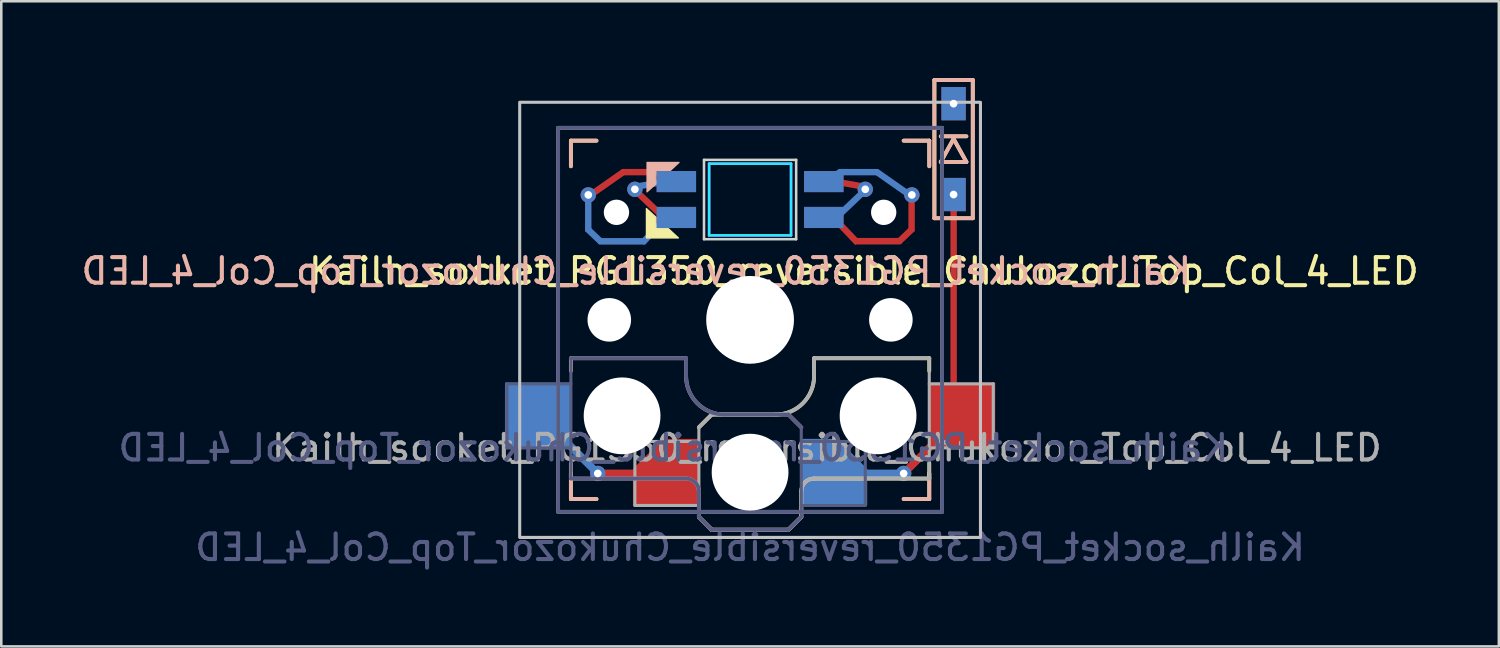
<source format=kicad_pcb>
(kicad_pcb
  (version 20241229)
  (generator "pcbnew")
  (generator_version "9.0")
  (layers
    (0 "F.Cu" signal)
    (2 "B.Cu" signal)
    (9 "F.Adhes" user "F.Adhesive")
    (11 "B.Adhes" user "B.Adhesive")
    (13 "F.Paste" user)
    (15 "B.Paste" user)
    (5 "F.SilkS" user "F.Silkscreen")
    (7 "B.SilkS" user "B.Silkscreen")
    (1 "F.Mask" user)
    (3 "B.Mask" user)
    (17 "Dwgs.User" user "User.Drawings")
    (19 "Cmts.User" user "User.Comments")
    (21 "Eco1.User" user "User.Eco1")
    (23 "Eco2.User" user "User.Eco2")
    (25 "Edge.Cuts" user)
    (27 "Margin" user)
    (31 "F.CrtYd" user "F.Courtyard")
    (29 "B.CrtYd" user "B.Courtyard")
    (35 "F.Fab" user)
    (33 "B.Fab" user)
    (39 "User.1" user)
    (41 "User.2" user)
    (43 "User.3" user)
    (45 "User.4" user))
  (footprint "Kailh_socket_PG1350_reversible_Chukozor_Top_Col_4_LED"
    (layer "F.Cu")
    (at 26.252 9.445)
    (property "Reference" "Kailh_socket_PG1350_reversible_Chukozor_Top_Col_4_LED" (at 4.445 -1.905 0) (layer "F.SilkS") (effects (font (size 1 1) (thickness 0.16))))
    (property "Value" "Kailh_socket_PG1350_reversible_Chukozor_Top_Col_4_LED" (at 0 8.89 0) (layer "F.Fab") (hide yes) (effects (font (size 1 1) (thickness 0.16))))
    (attr smd)
    (fp_line (start -7 -7) (end -6 -7) (stroke (width 0.15) (type solid)) (layer "F.SilkS"))
    (fp_line (start -7 -6) (end -7 -7) (stroke (width 0.15) (type solid)) (layer "F.SilkS"))
    (fp_line (start -7 7) (end -7 6) (stroke (width 0.15) (type solid)) (layer "F.SilkS"))
    (fp_line (start -6 7) (end -7 7) (stroke (width 0.15) (type solid)) (layer "F.SilkS"))
    (fp_line (start -2 4.2) (end -1.5 3.7) (stroke (width 0.15) (type solid)) (layer "F.SilkS"))
    (fp_line (start -2 7.7) (end -1.5 8.2) (stroke (width 0.15) (type solid)) (layer "F.SilkS"))
    (fp_line (start -1.5 3.7) (end 1 3.7) (stroke (width 0.15) (type solid)) (layer "F.SilkS"))
    (fp_line (start -1.5 8.2) (end 1.5 8.2) (stroke (width 0.15) (type solid)) (layer "F.SilkS"))
    (fp_line (start 1.5 8.2) (end 2 7.7) (stroke (width 0.15) (type solid)) (layer "F.SilkS"))
    (fp_line (start 2 6.7) (end 2 7.7) (stroke (width 0.15) (type solid)) (layer "F.SilkS"))
    (fp_line (start 2.5 1.5) (end 7 1.5) (stroke (width 0.15) (type solid)) (layer "F.SilkS"))
    (fp_line (start 2.5 2.2) (end 2.5 1.5) (stroke (width 0.15) (type solid)) (layer "F.SilkS"))
    (fp_line (start 6 -7) (end 7 -7) (stroke (width 0.15) (type solid)) (layer "F.SilkS"))
    (fp_line (start 7 -7) (end 7 -6) (stroke (width 0.15) (type solid)) (layer "F.SilkS"))
    (fp_line (start 7 1.5) (end 7 2) (stroke (width 0.15) (type solid)) (layer "F.SilkS"))
    (fp_line (start 7 5.6) (end 7 6.2) (stroke (width 0.15) (type solid)) (layer "F.SilkS"))
    (fp_line (start 7 6) (end 7 7) (stroke (width 0.15) (type solid)) (layer "F.SilkS"))
    (fp_line (start 7 6.2) (end 2.5 6.2) (stroke (width 0.15) (type solid)) (layer "F.SilkS"))
    (fp_line (start 7 7) (end 6 7) (stroke (width 0.15) (type solid)) (layer "F.SilkS"))
    (fp_line (start 7.2 -9.37) (end 7.2 -3.97) (stroke (width 0.15) (type solid)) (layer "F.SilkS"))
    (fp_line (start 7.2 -3.97) (end 8.7 -3.97) (stroke (width 0.15) (type solid)) (layer "F.SilkS"))
    (fp_line (start 7.45 -6.17) (end 7.95 -7.07) (stroke (width 0.15) (type solid)) (layer "F.SilkS"))
    (fp_line (start 7.95 -7.07) (end 8.45 -6.17) (stroke (width 0.15) (type solid)) (layer "F.SilkS"))
    (fp_line (start 8.45 -6.17) (end 7.45 -6.17) (stroke (width 0.15) (type solid)) (layer "F.SilkS"))
    (fp_line (start 8.45 -7.17) (end 7.45 -7.17) (stroke (width 0.15) (type solid)) (layer "F.SilkS"))
    (fp_line (start 8.7 -9.37) (end 7.2 -9.37) (stroke (width 0.15) (type solid)) (layer "F.SilkS"))
    (fp_line (start 8.7 -3.97) (end 8.7 -9.37) (stroke (width 0.15) (type solid)) (layer "F.SilkS"))
    (fp_arc (start 2 6.7) (mid 2.146447 6.346447) (end 2.5 6.2) (stroke (width 0.15) (type solid)) (layer "F.SilkS"))
    (fp_arc (start 2.5 2.2) (mid 2.06066 3.26066) (end 1 3.7) (stroke (width 0.15) (type solid)) (layer "F.SilkS"))
    (fp_poly (pts (xy -3.19 -3.56) (xy -3.68 -3.56) (xy -3.68 -4.01) (xy -4.05 -4.35) (xy -4.05 -3.2) (xy -2.8 -3.2)) (stroke (width 0.05) (type solid)) (fill yes) (layer "F.SilkS"))
    (fp_line (start -7 -7) (end -6 -7) (stroke (width 0.15) (type solid)) (layer "B.SilkS"))
    (fp_line (start -7 -6) (end -7 -7) (stroke (width 0.15) (type solid)) (layer "B.SilkS"))
    (fp_line (start -7 1.5) (end -7 2) (stroke (width 0.15) (type solid)) (layer "B.SilkS"))
    (fp_line (start -7 5.6) (end -7 6.2) (stroke (width 0.15) (type solid)) (layer "B.SilkS"))
    (fp_line (start -7 6.2) (end -2.5 6.2) (stroke (width 0.15) (type solid)) (layer "B.SilkS"))
    (fp_line (start -7 7) (end -7 6) (stroke (width 0.15) (type solid)) (layer "B.SilkS"))
    (fp_line (start -6 7) (end -7 7) (stroke (width 0.15) (type solid)) (layer "B.SilkS"))
    (fp_line (start -2.5 1.5) (end -7 1.5) (stroke (width 0.15) (type solid)) (layer "B.SilkS"))
    (fp_line (start -2.5 2.2) (end -2.5 1.5) (stroke (width 0.15) (type solid)) (layer "B.SilkS"))
    (fp_line (start -2 6.7) (end -2 7.7) (stroke (width 0.15) (type solid)) (layer "B.SilkS"))
    (fp_line (start -1.5 8.2) (end -2 7.7) (stroke (width 0.15) (type solid)) (layer "B.SilkS"))
    (fp_line (start 1.5 3.7) (end -1 3.7) (stroke (width 0.15) (type solid)) (layer "B.SilkS"))
    (fp_line (start 1.5 8.2) (end -1.5 8.2) (stroke (width 0.15) (type solid)) (layer "B.SilkS"))
    (fp_line (start 2 4.2) (end 1.5 3.7) (stroke (width 0.15) (type solid)) (layer "B.SilkS"))
    (fp_line (start 2 7.7) (end 1.5 8.2) (stroke (width 0.15) (type solid)) (layer "B.SilkS"))
    (fp_line (start 6 -7) (end 7 -7) (stroke (width 0.15) (type solid)) (layer "B.SilkS"))
    (fp_line (start 7 -7) (end 7 -6) (stroke (width 0.15) (type solid)) (layer "B.SilkS"))
    (fp_line (start 7 6) (end 7 7) (stroke (width 0.15) (type solid)) (layer "B.SilkS"))
    (fp_line (start 7 7) (end 6 7) (stroke (width 0.15) (type solid)) (layer "B.SilkS"))
    (fp_line (start 7.2 -9.37) (end 7.2 -3.97) (stroke (width 0.15) (type solid)) (layer "B.SilkS"))
    (fp_line (start 7.2 -3.97) (end 8.7 -3.97) (stroke (width 0.15) (type solid)) (layer "B.SilkS"))
    (fp_line (start 7.45 -6.17) (end 7.95 -7.07) (stroke (width 0.15) (type solid)) (layer "B.SilkS"))
    (fp_line (start 7.95 -7.07) (end 8.45 -6.17) (stroke (width 0.15) (type solid)) (layer "B.SilkS"))
    (fp_line (start 8.45 -6.17) (end 7.45 -6.17) (stroke (width 0.15) (type solid)) (layer "B.SilkS"))
    (fp_line (start 8.45 -7.17) (end 7.45 -7.17) (stroke (width 0.15) (type solid)) (layer "B.SilkS"))
    (fp_line (start 8.7 -9.37) (end 7.2 -9.37) (stroke (width 0.15) (type solid)) (layer "B.SilkS"))
    (fp_line (start 8.7 -3.97) (end 8.7 -9.37) (stroke (width 0.15) (type solid)) (layer "B.SilkS"))
    (fp_arc (start -2.5 6.2) (mid -2.146447 6.346447) (end -2 6.7) (stroke (width 0.15) (type solid)) (layer "B.SilkS"))
    (fp_arc (start -1 3.7) (mid -2.06066 3.26066) (end -2.5 2.2) (stroke (width 0.15) (type solid)) (layer "B.SilkS"))
    (fp_poly (pts (xy -3.11 -5.84) (xy -3.68 -5.84) (xy -3.68 -5.31) (xy -4.025 -5) (xy -4.025 -6.15) (xy -2.775 -6.15)) (stroke (width 0.05) (type solid)) (fill yes) (layer "B.SilkS"))
    (fp_rect (start -9 -8.5) (end 9 8.5) (stroke (width 0.12) (type solid)) (fill no) (layer "Dwgs.User"))
    (fp_line (start -6.9 6.9) (end -6.9 -6.9) (stroke (width 0.15) (type solid)) (layer "Eco2.User"))
    (fp_line (start -6.9 6.9) (end 6.9 6.9) (stroke (width 0.15) (type solid)) (layer "Eco2.User"))
    (fp_line (start -2.6 -3.1) (end -2.6 -6.3) (stroke (width 0.15) (type solid)) (layer "Eco2.User"))
    (fp_line (start -2.6 -3.1) (end 2.6 -3.1) (stroke (width 0.15) (type solid)) (layer "Eco2.User"))
    (fp_line (start 2.6 -6.3) (end -2.6 -6.3) (stroke (width 0.15) (type solid)) (layer "Eco2.User"))
    (fp_line (start 2.6 -3.1) (end 2.6 -6.3) (stroke (width 0.15) (type solid)) (layer "Eco2.User"))
    (fp_line (start 6.9 -6.9) (end -6.9 -6.9) (stroke (width 0.15) (type solid)) (layer "Eco2.User"))
    (fp_line (start 6.9 -6.9) (end 6.9 6.9) (stroke (width 0.15) (type solid)) (layer "Eco2.User"))
    (fp_line (start -1.8 -6.25) (end -1.8 -3.15) (stroke (width 0.1) (type solid)) (layer "Edge.Cuts"))
    (fp_line (start -1.8 -3.15) (end 1.8 -3.15) (stroke (width 0.1) (type solid)) (layer "Edge.Cuts"))
    (fp_line (start 1.8 -6.25) (end -1.8 -6.25) (stroke (width 0.1) (type solid)) (layer "Edge.Cuts"))
    (fp_line (start 1.8 -3.15) (end 1.8 -6.25) (stroke (width 0.1) (type solid)) (layer "Edge.Cuts"))
    (fp_line (start -1.6 -6.1) (end 1.6 -6.1) (stroke (width 0.1) (type solid)) (layer "B.CrtYd"))
    (fp_line (start -1.6 -3.3) (end -1.6 -6.1) (stroke (width 0.1) (type solid)) (layer "B.CrtYd"))
    (fp_line (start -1.6 -3.3) (end 1.6 -3.3) (stroke (width 0.1) (type solid)) (layer "B.CrtYd"))
    (fp_line (start 1.6 -3.3) (end 1.6 -6.1) (stroke (width 0.1) (type solid)) (layer "B.CrtYd"))
    (fp_line (start -1.6 -6.1) (end -1.6 -3.3) (stroke (width 0.1) (type solid)) (layer "F.CrtYd"))
    (fp_line (start -1.6 -6.1) (end 1.6 -6.1) (stroke (width 0.1) (type solid)) (layer "F.CrtYd"))
    (fp_line (start -1.6 -3.3) (end 1.6 -3.3) (stroke (width 0.1) (type solid)) (layer "F.CrtYd"))
    (fp_line (start 1.6 -6.1) (end 1.6 -3.3) (stroke (width 0.1) (type solid)) (layer "F.CrtYd"))
    (fp_line (start -9.5 2.5) (end -7 2.5) (stroke (width 0.12) (type solid)) (layer "B.Fab"))
    (fp_line (start -9.5 5) (end -9.5 2.5) (stroke (width 0.12) (type solid)) (layer "B.Fab"))
    (fp_line (start -7.5 -7.5) (end 7.5 -7.5) (stroke (width 0.15) (type solid)) (layer "B.Fab"))
    (fp_line (start -7.5 7.5) (end -7.5 -7.5) (stroke (width 0.15) (type solid)) (layer "B.Fab"))
    (fp_line (start -7 1.5) (end -7 6.2) (stroke (width 0.12) (type solid)) (layer "B.Fab"))
    (fp_line (start -7 5) (end -9.5 5) (stroke (width 0.12) (type solid)) (layer "B.Fab"))
    (fp_line (start -7 6.2) (end -2.5 6.2) (stroke (width 0.15) (type solid)) (layer "B.Fab"))
    (fp_line (start -2.5 1.5) (end -7 1.5) (stroke (width 0.15) (type solid)) (layer "B.Fab"))
    (fp_line (start -2.5 2.2) (end -2.5 1.5) (stroke (width 0.15) (type solid)) (layer "B.Fab"))
    (fp_line (start -2 6.7) (end -2 7.7) (stroke (width 0.15) (type solid)) (layer "B.Fab"))
    (fp_line (start -1.5 8.2) (end -2 7.7) (stroke (width 0.15) (type solid)) (layer "B.Fab"))
    (fp_line (start 1.5 3.7) (end -1 3.7) (stroke (width 0.15) (type solid)) (layer "B.Fab"))
    (fp_line (start 1.5 8.2) (end -1.5 8.2) (stroke (width 0.15) (type solid)) (layer "B.Fab"))
    (fp_line (start 2 4.2) (end 1.5 3.7) (stroke (width 0.15) (type solid)) (layer "B.Fab"))
    (fp_line (start 2 4.25) (end 2 7.7) (stroke (width 0.12) (type solid)) (layer "B.Fab"))
    (fp_line (start 2 4.75) (end 4.5 4.75) (stroke (width 0.12) (type solid)) (layer "B.Fab"))
    (fp_line (start 2 7.7) (end 1.5 8.2) (stroke (width 0.15) (type solid)) (layer "B.Fab"))
    (fp_line (start 4.5 4.75) (end 4.5 7.25) (stroke (width 0.12) (type solid)) (layer "B.Fab"))
    (fp_line (start 4.5 7.25) (end 2 7.25) (stroke (width 0.12) (type solid)) (layer "B.Fab"))
    (fp_line (start 7.5 -7.5) (end 7.5 7.5) (stroke (width 0.15) (type solid)) (layer "B.Fab"))
    (fp_line (start 7.5 7.5) (end -7.5 7.5) (stroke (width 0.15) (type solid)) (layer "B.Fab"))
    (fp_arc (start -2.5 6.2) (mid -2.146447 6.346447) (end -2 6.7) (stroke (width 0.15) (type solid)) (layer "B.Fab"))
    (fp_arc (start -1 3.7) (mid -2.06066 3.26066) (end -2.5 2.2) (stroke (width 0.15) (type solid)) (layer "B.Fab"))
    (fp_line (start -7.5 -7.5) (end 7.5 -7.5) (stroke (width 0.15) (type solid)) (layer "F.Fab"))
    (fp_line (start -7.5 7.5) (end -7.5 -7.5) (stroke (width 0.15) (type solid)) (layer "F.Fab"))
    (fp_line (start -4.5 4.75) (end -4.5 7.25) (stroke (width 0.12) (type solid)) (layer "F.Fab"))
    (fp_line (start -4.5 7.25) (end -2 7.25) (stroke (width 0.12) (type solid)) (layer "F.Fab"))
    (fp_line (start -2 4.2) (end -1.5 3.7) (stroke (width 0.15) (type solid)) (layer "F.Fab"))
    (fp_line (start -2 4.25) (end -2 7.7) (stroke (width 0.12) (type solid)) (layer "F.Fab"))
    (fp_line (start -2 4.75) (end -4.5 4.75) (stroke (width 0.12) (type solid)) (layer "F.Fab"))
    (fp_line (start -2 7.7) (end -1.5 8.2) (stroke (width 0.15) (type solid)) (layer "F.Fab"))
    (fp_line (start -1.5 3.7) (end 1 3.7) (stroke (width 0.15) (type solid)) (layer "F.Fab"))
    (fp_line (start -1.5 8.2) (end 1.5 8.2) (stroke (width 0.15) (type solid)) (layer "F.Fab"))
    (fp_line (start 1.5 8.2) (end 2 7.7) (stroke (width 0.15) (type solid)) (layer "F.Fab"))
    (fp_line (start 2 6.7) (end 2 7.7) (stroke (width 0.15) (type solid)) (layer "F.Fab"))
    (fp_line (start 2.5 1.5) (end 7 1.5) (stroke (width 0.15) (type solid)) (layer "F.Fab"))
    (fp_line (start 2.5 2.2) (end 2.5 1.5) (stroke (width 0.15) (type solid)) (layer "F.Fab"))
    (fp_line (start 7 1.5) (end 7 6.2) (stroke (width 0.12) (type solid)) (layer "F.Fab"))
    (fp_line (start 7 5) (end 9.5 5) (stroke (width 0.12) (type solid)) (layer "F.Fab"))
    (fp_line (start 7 6.2) (end 2.5 6.2) (stroke (width 0.15) (type solid)) (layer "F.Fab"))
    (fp_line (start 7.5 -7.5) (end 7.5 7.5) (stroke (width 0.15) (type solid)) (layer "F.Fab"))
    (fp_line (start 7.5 7.5) (end -7.5 7.5) (stroke (width 0.15) (type solid)) (layer "F.Fab"))
    (fp_line (start 9.5 2.5) (end 7 2.5) (stroke (width 0.12) (type solid)) (layer "F.Fab"))
    (fp_line (start 9.5 5) (end 9.5 2.5) (stroke (width 0.12) (type solid)) (layer "F.Fab"))
    (fp_arc (start 2 6.7) (mid 2.146447 6.346447) (end 2.5 6.2) (stroke (width 0.15) (type solid)) (layer "F.Fab"))
    (fp_arc (start 2.5 2.2) (mid 2.06066 3.26066) (end 1 3.7) (stroke (width 0.15) (type solid)) (layer "F.Fab"))
    (fp_text user "${REFERENCE}" (at -4.445 -1.905 0) (layer "B.SilkS") (effects (font (size 1 1) (thickness 0.16)) (justify mirror)))
    (fp_text user "${VALUE}" (at 0 8.89 0) (layer "B.Fab") (effects (font (size 1 1) (thickness 0.16)) (justify mirror)))
    (fp_text user "${REFERENCE}" (at -3 5 0) (layer "B.Fab") (effects (font (size 1 1) (thickness 0.16)) (justify mirror)))
    (fp_text user "${REFERENCE}" (at 3 5 180) (layer "F.Fab") (effects (font (size 1 1) (thickness 0.16))))
    (pad "" np_thru_hole circle (at -5.5 0) (size 1.702 1.702) (drill 1.702) (layers "*.Cu" "*.Mask"))
    (pad "" np_thru_hole circle (at -5.22 -4.2) (size 0.991 0.991) (drill 0.991) (layers "*.Cu" "*.Mask"))
    (pad "" np_thru_hole circle (at -5 3.75) (size 3 3) (drill 3) (layers "*.Cu" "*.Mask"))
    (pad "" np_thru_hole circle (at 0 0) (size 3.429 3.429) (drill 3.429) (layers "*.Cu" "*.Mask"))
    (pad "" np_thru_hole circle (at 0 5.95) (size 3 3) (drill 3) (layers "*.Cu" "*.Mask"))
    (pad "" np_thru_hole circle (at 5 3.75) (size 3 3) (drill 3) (layers "*.Cu" "*.Mask"))
    (pad "" np_thru_hole circle (at 5.22 -4.2) (size 0.991 0.991) (drill 0.991) (layers "*.Cu" "*.Mask"))
    (pad "" np_thru_hole circle (at 5.5 0) (size 1.702 1.702) (drill 1.702) (layers "*.Cu" "*.Mask"))
    (pad "1" smd rect (at -8.275 3.75) (size 2.6 2.6) (layers "B.Cu" "B.Mask" "B.Paste"))
    (pad "1" smd rect (at -6.7 5.25 315) (size 1.75 0.3) (layers "B.Cu"))
    (pad "1" thru_hole circle (at -5.95 6) (size 0.6 0.6) (drill 0.3) (layers "*.Cu"))
    (pad "1" smd rect (at -5.075 6) (size 1.45 0.3) (layers "F.Cu"))
    (pad "1" smd roundrect (at -3.275 5.95) (size 2.6 2.6) (layers "F.Cu" "F.Mask" "F.Paste") (roundrect_rratio 0) (chamfer_ratio 0.45) (chamfer top_left))
    (pad "2" smd roundrect (at 3.275 5.95) (size 2.6 2.6) (layers "B.Cu" "B.Mask" "B.Paste") (roundrect_rratio 0) (chamfer_ratio 0.45) (chamfer top_right))
    (pad "2" smd rect (at 5.125 6) (size 1.45 0.3) (layers "B.Cu"))
    (pad "2" thru_hole circle (at 6 6) (size 0.6 0.6) (drill 0.3) (layers "*.Cu"))
    (pad "2" smd rect (at 6.75 5.25 45) (size 1.75 0.3) (layers "F.Cu"))
    (pad "2" thru_hole circle (at 7.95 -4.895 270) (size 0.6 0.6) (drill 0.3) (layers "*.Cu"))
    (pad "2" smd rect (at 7.95 -4.895 270) (size 1.3 0.95) (layers "F.Cu" "F.Mask" "F.Paste"))
    (pad "2" smd rect (at 7.95 -4.895 270) (size 1.3 0.95) (layers "B.Cu" "B.Mask" "B.Paste"))
    (pad "2" smd roundrect (at 7.952 -0.935 90) (size 7.07 0.25) (layers "F.Cu") (roundrect_rratio 0.25))
    (pad "2" smd rect (at 8.275 3.75) (size 2.6 2.6) (layers "F.Cu" "F.Mask" "F.Paste"))
    (pad "3" thru_hole circle (at 7.95 -8.445 270) (size 0.6 0.6) (drill 0.3) (layers "*.Cu"))
    (pad "3" smd rect (at 7.95 -8.445 270) (size 1.3 0.95) (layers "F.Cu" "F.Mask" "F.Paste"))
    (pad "3" smd rect (at 7.95 -8.445 270) (size 1.3 0.95) (layers "B.Cu" "B.Mask" "B.Paste"))
    (pad "4" smd rect (at 2.88 -5.401 180) (size 1.54 0.823) (layers "F.Cu" "F.Mask" "F.Paste"))
    (pad "4" smd rect (at 2.88 -4) (size 1.54 0.825) (layers "B.Cu" "B.Mask" "B.Paste"))
    (pad "4" smd roundrect (at 3.9 -5.3 350) (size 0.95 0.25) (layers "F.Cu") (roundrect_rratio 0.25))
    (pad "4" smd roundrect (at 3.9 -4.5 223.531) (size 1.3 0.25) (layers "B.Cu") (roundrect_rratio 0.25))
    (pad "4" thru_hole circle (at 4.5 -5.1) (size 0.6 0.6) (drill 0.3) (property pad_prop_fiducial_loc) (layers "*.Cu"))
    (pad "5" smd rect (at 2.88 -5.401) (size 1.54 0.823) (layers "B.Cu" "B.Mask" "B.Paste"))
    (pad "5" smd rect (at 2.88 -4 180) (size 1.54 0.825) (layers "F.Cu" "F.Mask" "F.Paste"))
    (pad "5" smd roundrect (at 3.36 -5.68 30) (size 0.5 0.25) (layers "B.Cu") (roundrect_rratio 0.25))
    (pad "5" smd roundrect (at 3.688 -3.545 133.531) (size 1.5 0.25) (layers "F.Cu") (roundrect_rratio 0.25))
    (pad "5" smd roundrect (at 4.235 -5.77) (size 1.59 0.25) (layers "B.Cu") (roundrect_rratio 0.25))
    (pad "5" smd roundrect (at 4.992 -3.072 180) (size 1.87 0.255) (layers "F.Cu") (roundrect_rratio 0.25))
    (pad "5" smd roundrect (at 5.53 -5.37 325) (size 1.55 0.25) (layers "B.Cu") (roundrect_rratio 0.25))
    (pad "5" smd roundrect (at 6.077 -3.305 43.531) (size 0.8 0.25) (layers "F.Cu") (roundrect_rratio 0.25))
    (pad "5" smd roundrect (at 6.31 -4.08 90) (size 1.29 0.25) (layers "F.Cu") (roundrect_rratio 0.25))
    (pad "5" thru_hole circle (at 6.32 -4.88) (size 0.6 0.6) (drill 0.3) (property pad_prop_fiducial_loc) (layers "*.Cu"))
    (pad "6" thru_hole circle (at -4.5 -5.1) (size 0.6 0.6) (drill 0.3) (property pad_prop_fiducial_loc) (layers "*.Cu"))
    (pad "6" smd roundrect (at -3.9 -5.3 10) (size 0.95 0.25) (layers "B.Cu") (roundrect_rratio 0.25))
    (pad "6" smd roundrect (at -3.9 -4.5 136.469) (size 1.3 0.25) (layers "F.Cu") (roundrect_rratio 0.25))
    (pad "6" smd rect (at -2.88 -5.401 180) (size 1.54 0.823) (layers "B.Cu" "B.Mask" "B.Paste"))
    (pad "6" smd rect (at -2.88 -4) (size 1.54 0.825) (layers "F.Cu" "F.Mask" "F.Paste"))
    (pad "7" smd roundrect (at -6.322 -4.075 270) (size 1.29 0.25) (layers "B.Cu") (roundrect_rratio 0.25))
    (pad "7" thru_hole circle (at -6.32 -4.88) (size 0.6 0.6) (drill 0.3) (property pad_prop_fiducial_loc) (layers "*.Cu"))
    (pad "7" smd roundrect (at -6.09 -3.3 316.469) (size 0.8 0.25) (layers "B.Cu") (roundrect_rratio 0.25))
    (pad "7" smd roundrect (at -5.53 -5.37 35) (size 1.55 0.25) (layers "F.Cu") (roundrect_rratio 0.25))
    (pad "7" smd roundrect (at -5.005 -3.067 180) (size 1.87 0.255) (layers "B.Cu") (roundrect_rratio 0.25))
    (pad "7" smd roundrect (at -4.235 -5.77) (size 1.59 0.25) (layers "F.Cu") (roundrect_rratio 0.25))
    (pad "7" smd roundrect (at -3.7 -3.54 226.469) (size 1.5 0.25) (layers "B.Cu") (roundrect_rratio 0.25))
    (pad "7" smd roundrect (at -3.36 -5.68 330) (size 0.5 0.25) (layers "F.Cu") (roundrect_rratio 0.25))
    (pad "7" smd rect (at -2.88 -5.401) (size 1.54 0.823) (layers "F.Cu" "F.Mask" "F.Paste"))
    (pad "7" smd rect (at -2.88 -4 180) (size 1.54 0.825) (layers "B.Cu" "B.Mask" "B.Paste")))
  (gr_rect
    (start -3 -3)
    (end 55.503 22.201)
    (stroke (width 0.1) (type default))
    (fill no)
    (layer "Edge.Cuts")))
</source>
